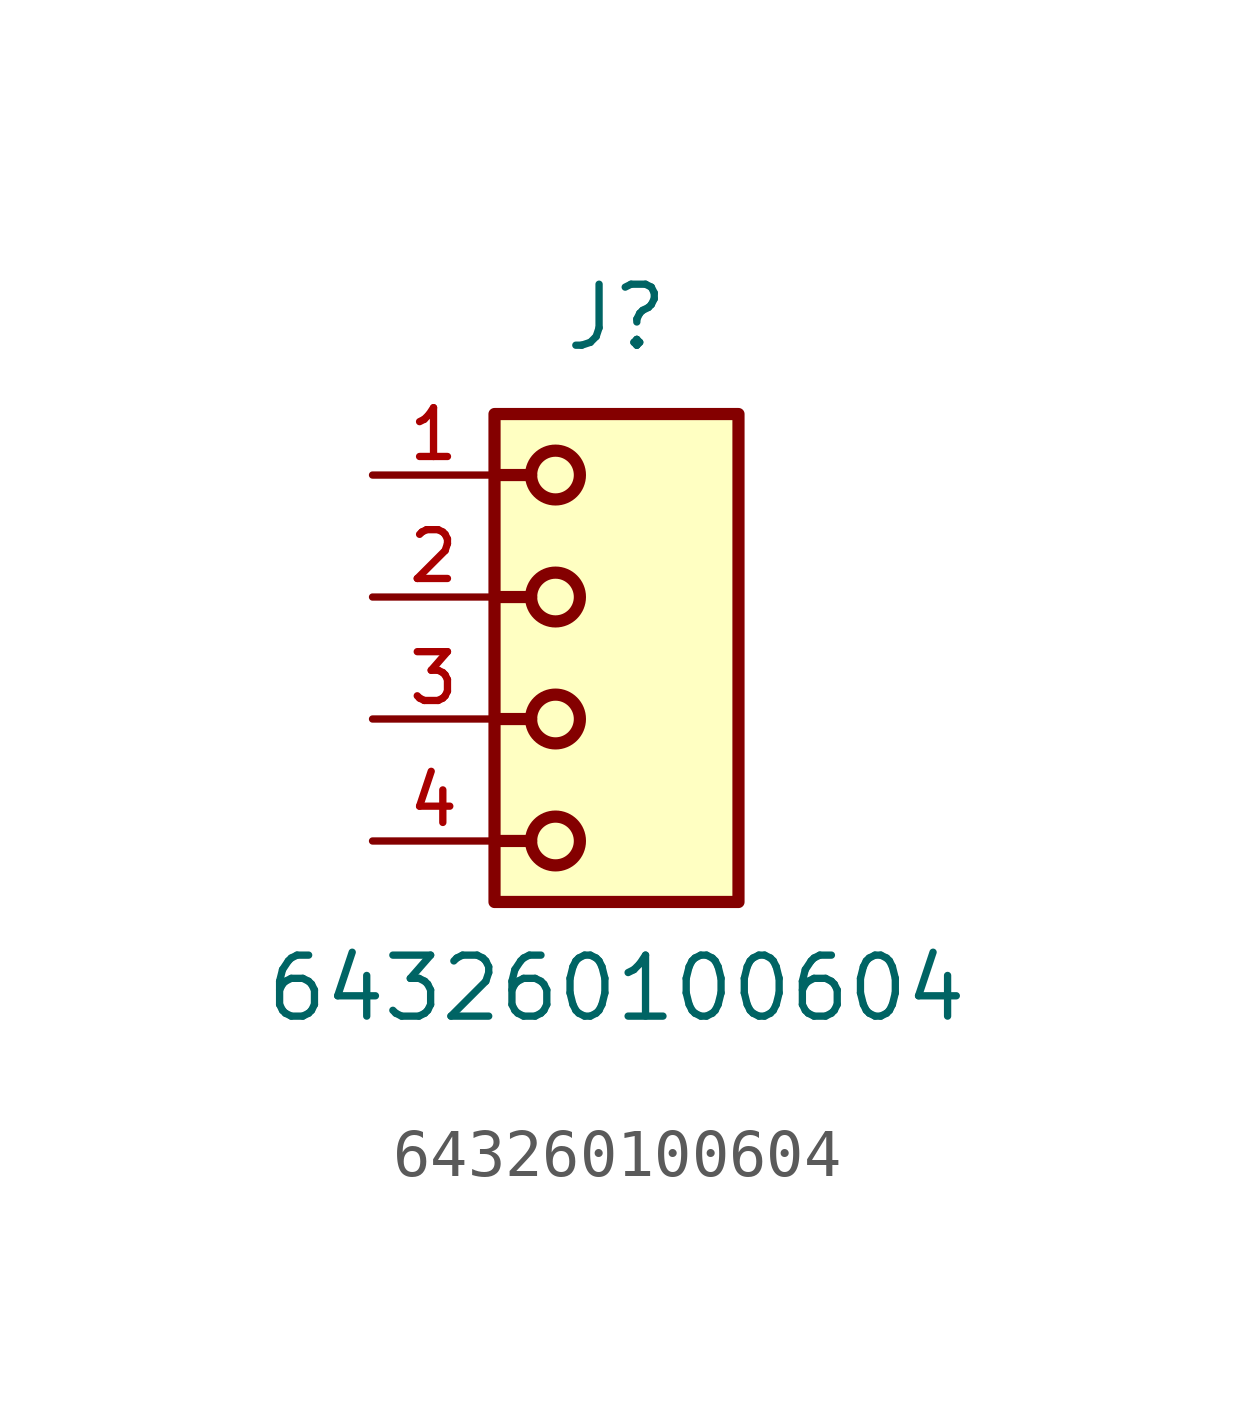
<source format=kicad_sym>
(kicad_symbol_lib
  (version 20211014)
  (generator kicad_symbol_editor)
  (symbol "643260100604"
    (pin_names
      (offset 1.016))
    (property "Reference" "J"
      (at 0.0 5.08 0)
      (effects (font (size 1.27 1.27)) (justify bottom)))
    (property "Value" "643260100604"
      (at 0.0 -8.89 0)
      (effects (font (size 1.27 1.27)) (justify bottom)))
    (symbol "643260100604_0_0"
      (polyline (pts (xy -1.778 2.54) (xy -2.54 2.54)) (stroke (width 0.254)))
      (polyline (pts (xy -1.778 0.0) (xy -2.54 0.0)) (stroke (width 0.254)))
      (polyline (pts (xy -1.778 -2.54) (xy -2.54 -2.54)) (stroke (width 0.254)))
      (polyline (pts (xy -1.778 -5.08) (xy -2.54 -5.08)) (stroke (width 0.254)))
      (circle (center -1.27 2.54) (radius 0.508) (stroke (width 0.254)) (fill (type none)))
      (circle (center -1.27 0.0) (radius 0.508) (stroke (width 0.254)) (fill (type none)))
      (circle (center -1.27 -2.54) (radius 0.508) (stroke (width 0.254)) (fill (type none)))
      (circle (center -1.27 -5.08) (radius 0.508) (stroke (width 0.254)) (fill (type none)))
      (rectangle (start -2.54 -6.35) (end 2.54 3.81) (stroke (width 0.254)) (fill (type background)))
      (pin passive line (at -5.08 2.54 0) (length 2.54) (name "~" (effects (font (size 1.016 1.016)))) (number "1" (effects (font (size 1.016 1.016)))))
      (pin passive line (at -5.08 0.0 0) (length 2.54) (name "~" (effects (font (size 1.016 1.016)))) (number "2" (effects (font (size 1.016 1.016)))))
      (pin passive line (at -5.08 -2.54 0) (length 2.54) (name "~" (effects (font (size 1.016 1.016)))) (number "3" (effects (font (size 1.016 1.016)))))
      (pin passive line (at -5.08 -5.08 0) (length 2.54) (name "~" (effects (font (size 1.016 1.016)))) (number "4" (effects (font (size 1.016 1.016))))))))
</source>
